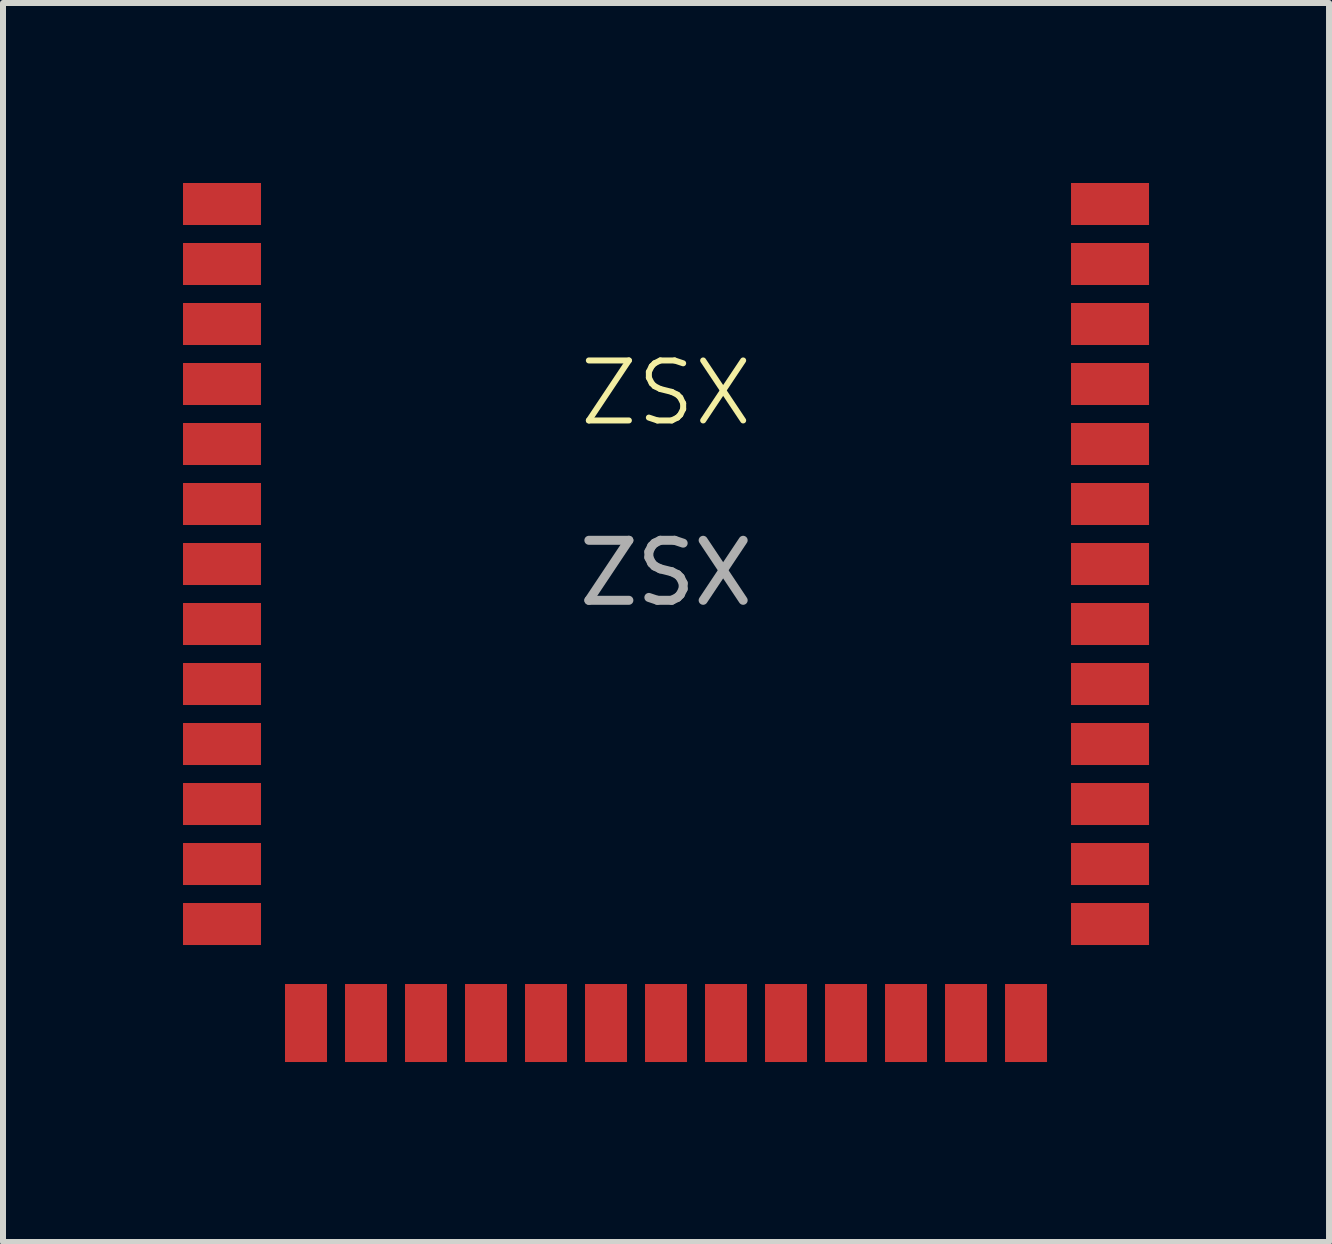
<source format=kicad_pcb>
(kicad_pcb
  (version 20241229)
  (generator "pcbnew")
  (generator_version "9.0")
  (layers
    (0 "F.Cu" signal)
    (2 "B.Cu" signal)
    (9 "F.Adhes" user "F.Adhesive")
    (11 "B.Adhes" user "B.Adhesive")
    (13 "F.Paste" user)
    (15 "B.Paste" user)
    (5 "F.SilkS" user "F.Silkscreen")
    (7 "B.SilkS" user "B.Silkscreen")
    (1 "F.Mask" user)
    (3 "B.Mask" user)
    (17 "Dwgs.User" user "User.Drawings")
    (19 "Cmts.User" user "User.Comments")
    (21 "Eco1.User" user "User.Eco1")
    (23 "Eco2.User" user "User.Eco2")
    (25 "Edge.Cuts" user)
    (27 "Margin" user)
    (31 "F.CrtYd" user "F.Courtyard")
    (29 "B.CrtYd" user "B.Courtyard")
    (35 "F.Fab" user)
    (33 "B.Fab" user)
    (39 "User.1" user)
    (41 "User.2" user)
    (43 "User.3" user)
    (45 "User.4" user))
  (footprint "ZSX"
    (layer "F.Cu")
    (at 8.05 4)
    (property "Reference" "ZSX" (at 0 -0.5 0) (unlocked yes) (layer "F.SilkS") (effects (font (size 1 1) (thickness 0.1))))
    (attr smd)
    (fp_text user "${REFERENCE}" (at 0 2.5 0) (unlocked yes) (layer "F.Fab") (effects (font (size 1 1) (thickness 0.15))))
    (pad "1" smd rect (at -7.4 -3.65) (size 1.3 0.7) (layers "F.Cu" "F.Mask" "F.Paste"))
    (pad "2" smd rect (at -7.4 -2.65) (size 1.3 0.7) (layers "F.Cu" "F.Mask" "F.Paste"))
    (pad "3" smd rect (at -7.4 -1.65) (size 1.3 0.7) (layers "F.Cu" "F.Mask" "F.Paste"))
    (pad "4" smd rect (at -7.4 -0.65) (size 1.3 0.7) (layers "F.Cu" "F.Mask" "F.Paste"))
    (pad "5" smd rect (at -7.4 0.35) (size 1.3 0.7) (layers "F.Cu" "F.Mask" "F.Paste"))
    (pad "6" smd rect (at -7.4 1.35) (size 1.3 0.7) (layers "F.Cu" "F.Mask" "F.Paste"))
    (pad "7" smd rect (at -7.4 2.35) (size 1.3 0.7) (layers "F.Cu" "F.Mask" "F.Paste"))
    (pad "8" smd rect (at -7.4 3.35) (size 1.3 0.7) (layers "F.Cu" "F.Mask" "F.Paste"))
    (pad "9" smd rect (at -7.4 4.35) (size 1.3 0.7) (layers "F.Cu" "F.Mask" "F.Paste"))
    (pad "10" smd rect (at -7.4 5.35) (size 1.3 0.7) (layers "F.Cu" "F.Mask" "F.Paste"))
    (pad "11" smd rect (at -7.4 6.35) (size 1.3 0.7) (layers "F.Cu" "F.Mask" "F.Paste"))
    (pad "12" smd rect (at -7.4 7.35) (size 1.3 0.7) (layers "F.Cu" "F.Mask" "F.Paste"))
    (pad "13" smd rect (at -7.4 8.35) (size 1.3 0.7) (layers "F.Cu" "F.Mask" "F.Paste"))
    (pad "14" smd rect (at -6 10) (size 0.7 1.3) (layers "F.Cu" "F.Mask" "F.Paste"))
    (pad "15" smd rect (at -5 10) (size 0.7 1.3) (layers "F.Cu" "F.Mask" "F.Paste"))
    (pad "16" smd rect (at -4 10) (size 0.7 1.3) (layers "F.Cu" "F.Mask" "F.Paste"))
    (pad "17" smd rect (at -3 10) (size 0.7 1.3) (layers "F.Cu" "F.Mask" "F.Paste"))
    (pad "18" smd rect (at -2 10) (size 0.7 1.3) (layers "F.Cu" "F.Mask" "F.Paste"))
    (pad "19" smd rect (at -1 10) (size 0.7 1.3) (layers "F.Cu" "F.Mask" "F.Paste"))
    (pad "20" smd rect (at 0 10) (size 0.7 1.3) (layers "F.Cu" "F.Mask" "F.Paste"))
    (pad "21" smd rect (at 1 10) (size 0.7 1.3) (layers "F.Cu" "F.Mask" "F.Paste"))
    (pad "22" smd rect (at 2 10) (size 0.7 1.3) (layers "F.Cu" "F.Mask" "F.Paste"))
    (pad "23" smd rect (at 3 10) (size 0.7 1.3) (layers "F.Cu" "F.Mask" "F.Paste"))
    (pad "24" smd rect (at 4 10) (size 0.7 1.3) (layers "F.Cu" "F.Mask" "F.Paste"))
    (pad "25" smd rect (at 5 10) (size 0.7 1.3) (layers "F.Cu" "F.Mask" "F.Paste"))
    (pad "26" smd rect (at 6 10) (size 0.7 1.3) (layers "F.Cu" "F.Mask" "F.Paste"))
    (pad "27" smd rect (at 7.4 8.35) (size 1.3 0.7) (layers "F.Cu" "F.Mask" "F.Paste"))
    (pad "28" smd rect (at 7.4 7.35) (size 1.3 0.7) (layers "F.Cu" "F.Mask" "F.Paste"))
    (pad "29" smd rect (at 7.4 6.35) (size 1.3 0.7) (layers "F.Cu" "F.Mask" "F.Paste"))
    (pad "30" smd rect (at 7.4 5.35) (size 1.3 0.7) (layers "F.Cu" "F.Mask" "F.Paste"))
    (pad "31" smd rect (at 7.4 4.35) (size 1.3 0.7) (layers "F.Cu" "F.Mask" "F.Paste"))
    (pad "32" smd rect (at 7.4 3.35) (size 1.3 0.7) (layers "F.Cu" "F.Mask" "F.Paste"))
    (pad "33" smd rect (at 7.4 2.35) (size 1.3 0.7) (layers "F.Cu" "F.Mask" "F.Paste"))
    (pad "34" smd rect (at 7.4 1.35) (size 1.3 0.7) (layers "F.Cu" "F.Mask" "F.Paste"))
    (pad "35" smd rect (at 7.4 0.35) (size 1.3 0.7) (layers "F.Cu" "F.Mask" "F.Paste"))
    (pad "36" smd rect (at 7.4 -0.65) (size 1.3 0.7) (layers "F.Cu" "F.Mask" "F.Paste"))
    (pad "37" smd rect (at 7.4 -1.65) (size 1.3 0.7) (layers "F.Cu" "F.Mask" "F.Paste"))
    (pad "38" smd rect (at 7.4 -2.65) (size 1.3 0.7) (layers "F.Cu" "F.Mask" "F.Paste"))
    (pad "39" smd rect (at 7.4 -3.65) (size 1.3 0.7) (layers "F.Cu" "F.Mask" "F.Paste")))
  (gr_rect
    (start -3 -3)
    (end 19.1 17.65)
    (stroke (width 0.1) (type default))
    (fill no)
    (layer "Edge.Cuts")))
</source>
